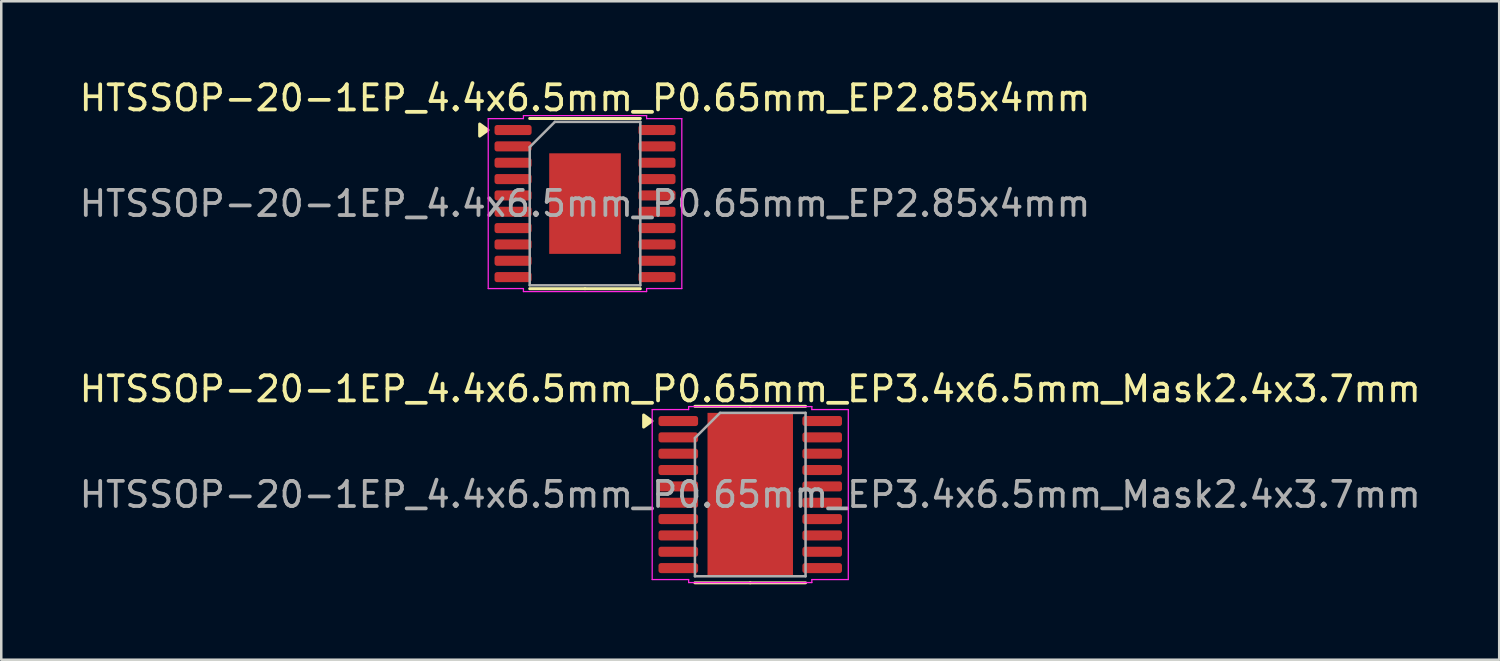
<source format=kicad_pcb>
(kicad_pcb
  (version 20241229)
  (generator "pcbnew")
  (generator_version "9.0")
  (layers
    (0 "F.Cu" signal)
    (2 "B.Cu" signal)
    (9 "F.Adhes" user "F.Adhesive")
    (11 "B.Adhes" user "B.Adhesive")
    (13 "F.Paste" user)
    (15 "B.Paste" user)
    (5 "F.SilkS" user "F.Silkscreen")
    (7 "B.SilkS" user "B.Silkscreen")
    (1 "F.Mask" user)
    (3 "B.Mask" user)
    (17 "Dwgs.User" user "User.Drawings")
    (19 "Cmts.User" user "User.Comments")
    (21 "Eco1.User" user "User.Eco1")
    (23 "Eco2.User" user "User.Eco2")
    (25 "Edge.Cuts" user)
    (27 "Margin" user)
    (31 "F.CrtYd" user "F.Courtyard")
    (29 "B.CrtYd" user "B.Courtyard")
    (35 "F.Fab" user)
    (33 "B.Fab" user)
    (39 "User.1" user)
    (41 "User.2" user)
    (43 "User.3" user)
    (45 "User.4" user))
  (footprint "HTSSOP-20-1EP_4.4x6.5mm_P0.65mm_EP2.85x4mm"
    (layer "F.Cu")
    (at 20.22 5.048)
    (property "Reference" "HTSSOP-20-1EP_4.4x6.5mm_P0.65mm_EP2.85x4mm" (at 0 -4.2 0) (layer "F.SilkS") (effects (font (size 1 1) (thickness 0.15))))
    (attr smd)
    (fp_line (start 0 -3.385) (end -2.2 -3.385) (stroke (width 0.12) (type solid)) (layer "F.SilkS"))
    (fp_line (start 0 -3.385) (end 2.2 -3.385) (stroke (width 0.12) (type solid)) (layer "F.SilkS"))
    (fp_line (start 0 3.385) (end -2.2 3.385) (stroke (width 0.12) (type solid)) (layer "F.SilkS"))
    (fp_line (start 0 3.385) (end 2.2 3.385) (stroke (width 0.12) (type solid)) (layer "F.SilkS"))
    (fp_poly (pts (xy -3.86 -2.925) (xy -4.19 -2.685) (xy -4.19 -3.165)) (stroke (width 0.12) (type solid)) (fill yes) (layer "F.SilkS"))
    (fp_line (start -3.85 -3.38) (end -2.45 -3.38) (stroke (width 0.05) (type solid)) (layer "F.CrtYd"))
    (fp_line (start -3.85 3.38) (end -3.85 -3.38) (stroke (width 0.05) (type solid)) (layer "F.CrtYd"))
    (fp_line (start -2.45 -3.5) (end 2.45 -3.5) (stroke (width 0.05) (type solid)) (layer "F.CrtYd"))
    (fp_line (start -2.45 -3.38) (end -2.45 -3.5) (stroke (width 0.05) (type solid)) (layer "F.CrtYd"))
    (fp_line (start -2.45 3.38) (end -3.85 3.38) (stroke (width 0.05) (type solid)) (layer "F.CrtYd"))
    (fp_line (start -2.45 3.5) (end -2.45 3.38) (stroke (width 0.05) (type solid)) (layer "F.CrtYd"))
    (fp_line (start 2.45 -3.5) (end 2.45 -3.38) (stroke (width 0.05) (type solid)) (layer "F.CrtYd"))
    (fp_line (start 2.45 -3.38) (end 3.85 -3.38) (stroke (width 0.05) (type solid)) (layer "F.CrtYd"))
    (fp_line (start 2.45 3.38) (end 2.45 3.5) (stroke (width 0.05) (type solid)) (layer "F.CrtYd"))
    (fp_line (start 2.45 3.5) (end -2.45 3.5) (stroke (width 0.05) (type solid)) (layer "F.CrtYd"))
    (fp_line (start 3.85 -3.38) (end 3.85 3.38) (stroke (width 0.05) (type solid)) (layer "F.CrtYd"))
    (fp_line (start 3.85 3.38) (end 2.45 3.38) (stroke (width 0.05) (type solid)) (layer "F.CrtYd"))
    (fp_line (start -2.2 -2.25) (end -1.2 -3.25) (stroke (width 0.1) (type solid)) (layer "F.Fab"))
    (fp_line (start -2.2 3.25) (end -2.2 -2.25) (stroke (width 0.1) (type solid)) (layer "F.Fab"))
    (fp_line (start -1.2 -3.25) (end 2.2 -3.25) (stroke (width 0.1) (type solid)) (layer "F.Fab"))
    (fp_line (start 2.2 -3.25) (end 2.2 3.25) (stroke (width 0.1) (type solid)) (layer "F.Fab"))
    (fp_line (start 2.2 3.25) (end -2.2 3.25) (stroke (width 0.1) (type solid)) (layer "F.Fab"))
    (fp_text user "${REFERENCE}" (at 0 0 0) (layer "F.Fab") (effects (font (size 1 1) (thickness 0.15))))
    (pad "" smd roundrect (at 0 -1) (size 2.3 1.61) (layers "F.Paste") (roundrect_rratio 0.155))
    (pad "" smd roundrect (at 0 1) (size 2.3 1.61) (layers "F.Paste") (roundrect_rratio 0.155))
    (pad "1" smd roundrect (at -2.862 -2.925) (size 1.475 0.4) (layers "F.Cu" "F.Mask" "F.Paste") (roundrect_rratio 0.25))
    (pad "2" smd roundrect (at -2.862 -2.275) (size 1.475 0.4) (layers "F.Cu" "F.Mask" "F.Paste") (roundrect_rratio 0.25))
    (pad "3" smd roundrect (at -2.862 -1.625) (size 1.475 0.4) (layers "F.Cu" "F.Mask" "F.Paste") (roundrect_rratio 0.25))
    (pad "4" smd roundrect (at -2.862 -0.975) (size 1.475 0.4) (layers "F.Cu" "F.Mask" "F.Paste") (roundrect_rratio 0.25))
    (pad "5" smd roundrect (at -2.862 -0.325) (size 1.475 0.4) (layers "F.Cu" "F.Mask" "F.Paste") (roundrect_rratio 0.25))
    (pad "6" smd roundrect (at -2.862 0.325) (size 1.475 0.4) (layers "F.Cu" "F.Mask" "F.Paste") (roundrect_rratio 0.25))
    (pad "7" smd roundrect (at -2.862 0.975) (size 1.475 0.4) (layers "F.Cu" "F.Mask" "F.Paste") (roundrect_rratio 0.25))
    (pad "8" smd roundrect (at -2.862 1.625) (size 1.475 0.4) (layers "F.Cu" "F.Mask" "F.Paste") (roundrect_rratio 0.25))
    (pad "9" smd roundrect (at -2.862 2.275) (size 1.475 0.4) (layers "F.Cu" "F.Mask" "F.Paste") (roundrect_rratio 0.25))
    (pad "10" smd roundrect (at -2.862 2.925) (size 1.475 0.4) (layers "F.Cu" "F.Mask" "F.Paste") (roundrect_rratio 0.25))
    (pad "11" smd roundrect (at 2.862 2.925) (size 1.475 0.4) (layers "F.Cu" "F.Mask" "F.Paste") (roundrect_rratio 0.25))
    (pad "12" smd roundrect (at 2.862 2.275) (size 1.475 0.4) (layers "F.Cu" "F.Mask" "F.Paste") (roundrect_rratio 0.25))
    (pad "13" smd roundrect (at 2.862 1.625) (size 1.475 0.4) (layers "F.Cu" "F.Mask" "F.Paste") (roundrect_rratio 0.25))
    (pad "14" smd roundrect (at 2.862 0.975) (size 1.475 0.4) (layers "F.Cu" "F.Mask" "F.Paste") (roundrect_rratio 0.25))
    (pad "15" smd roundrect (at 2.862 0.325) (size 1.475 0.4) (layers "F.Cu" "F.Mask" "F.Paste") (roundrect_rratio 0.25))
    (pad "16" smd roundrect (at 2.862 -0.325) (size 1.475 0.4) (layers "F.Cu" "F.Mask" "F.Paste") (roundrect_rratio 0.25))
    (pad "17" smd roundrect (at 2.862 -0.975) (size 1.475 0.4) (layers "F.Cu" "F.Mask" "F.Paste") (roundrect_rratio 0.25))
    (pad "18" smd roundrect (at 2.862 -1.625) (size 1.475 0.4) (layers "F.Cu" "F.Mask" "F.Paste") (roundrect_rratio 0.25))
    (pad "19" smd roundrect (at 2.862 -2.275) (size 1.475 0.4) (layers "F.Cu" "F.Mask" "F.Paste") (roundrect_rratio 0.25))
    (pad "20" smd roundrect (at 2.862 -2.925) (size 1.475 0.4) (layers "F.Cu" "F.Mask" "F.Paste") (roundrect_rratio 0.25))
    (pad "21" smd rect (at 0 0) (size 2.85 4) (property pad_prop_heatsink) (layers "F.Cu" "F.Mask")))
  (footprint "HTSSOP-20-1EP_4.4x6.5mm_P0.65mm_EP3.4x6.5mm_Mask2.4x3.7mm"
    (layer "F.Cu")
    (at 26.792 16.622)
    (property "Reference" "HTSSOP-20-1EP_4.4x6.5mm_P0.65mm_EP3.4x6.5mm_Mask2.4x3.7mm" (at 0 -4.2 0) (layer "F.SilkS") (effects (font (size 1 1) (thickness 0.15))))
    (attr smd)
    (fp_line (start 0 -3.51) (end -2.2 -3.51) (stroke (width 0.12) (type solid)) (layer "F.SilkS"))
    (fp_line (start 0 -3.51) (end 2.2 -3.51) (stroke (width 0.12) (type solid)) (layer "F.SilkS"))
    (fp_line (start 0 3.51) (end -2.2 3.51) (stroke (width 0.12) (type solid)) (layer "F.SilkS"))
    (fp_line (start 0 3.51) (end 2.2 3.51) (stroke (width 0.12) (type solid)) (layer "F.SilkS"))
    (fp_poly (pts (xy -3.91 -2.925) (xy -4.24 -2.685) (xy -4.24 -3.165)) (stroke (width 0.12) (type solid)) (fill yes) (layer "F.SilkS"))
    (fp_line (start -3.9 -3.38) (end -2.45 -3.38) (stroke (width 0.05) (type solid)) (layer "F.CrtYd"))
    (fp_line (start -3.9 3.38) (end -3.9 -3.38) (stroke (width 0.05) (type solid)) (layer "F.CrtYd"))
    (fp_line (start -2.45 -3.5) (end 2.45 -3.5) (stroke (width 0.05) (type solid)) (layer "F.CrtYd"))
    (fp_line (start -2.45 -3.38) (end -2.45 -3.5) (stroke (width 0.05) (type solid)) (layer "F.CrtYd"))
    (fp_line (start -2.45 3.38) (end -3.9 3.38) (stroke (width 0.05) (type solid)) (layer "F.CrtYd"))
    (fp_line (start -2.45 3.5) (end -2.45 3.38) (stroke (width 0.05) (type solid)) (layer "F.CrtYd"))
    (fp_line (start 2.45 -3.5) (end 2.45 -3.38) (stroke (width 0.05) (type solid)) (layer "F.CrtYd"))
    (fp_line (start 2.45 -3.38) (end 3.9 -3.38) (stroke (width 0.05) (type solid)) (layer "F.CrtYd"))
    (fp_line (start 2.45 3.38) (end 2.45 3.5) (stroke (width 0.05) (type solid)) (layer "F.CrtYd"))
    (fp_line (start 2.45 3.5) (end -2.45 3.5) (stroke (width 0.05) (type solid)) (layer "F.CrtYd"))
    (fp_line (start 3.9 -3.38) (end 3.9 3.38) (stroke (width 0.05) (type solid)) (layer "F.CrtYd"))
    (fp_line (start 3.9 3.38) (end 2.45 3.38) (stroke (width 0.05) (type solid)) (layer "F.CrtYd"))
    (fp_line (start -2.2 -2.25) (end -1.2 -3.25) (stroke (width 0.1) (type solid)) (layer "F.Fab"))
    (fp_line (start -2.2 3.25) (end -2.2 -2.25) (stroke (width 0.1) (type solid)) (layer "F.Fab"))
    (fp_line (start -1.2 -3.25) (end 2.2 -3.25) (stroke (width 0.1) (type solid)) (layer "F.Fab"))
    (fp_line (start 2.2 -3.25) (end 2.2 3.25) (stroke (width 0.1) (type solid)) (layer "F.Fab"))
    (fp_line (start 2.2 3.25) (end -2.2 3.25) (stroke (width 0.1) (type solid)) (layer "F.Fab"))
    (fp_text user "${REFERENCE}" (at 0 0 0) (layer "F.Fab") (effects (font (size 1 1) (thickness 0.15))))
    (pad "" smd roundrect (at 0 -0.925) (size 1.93 1.49) (layers "F.Paste") (roundrect_rratio 0.168))
    (pad "" smd rect (at 0 0) (size 2.4 3.7) (layers "F.Mask"))
    (pad "" smd roundrect (at 0 0.925) (size 1.93 1.49) (layers "F.Paste") (roundrect_rratio 0.168))
    (pad "1" smd roundrect (at -2.862 -2.925) (size 1.575 0.4) (layers "F.Cu" "F.Mask" "F.Paste") (roundrect_rratio 0.25))
    (pad "2" smd roundrect (at -2.862 -2.275) (size 1.575 0.4) (layers "F.Cu" "F.Mask" "F.Paste") (roundrect_rratio 0.25))
    (pad "3" smd roundrect (at -2.862 -1.625) (size 1.575 0.4) (layers "F.Cu" "F.Mask" "F.Paste") (roundrect_rratio 0.25))
    (pad "4" smd roundrect (at -2.862 -0.975) (size 1.575 0.4) (layers "F.Cu" "F.Mask" "F.Paste") (roundrect_rratio 0.25))
    (pad "5" smd roundrect (at -2.862 -0.325) (size 1.575 0.4) (layers "F.Cu" "F.Mask" "F.Paste") (roundrect_rratio 0.25))
    (pad "6" smd roundrect (at -2.862 0.325) (size 1.575 0.4) (layers "F.Cu" "F.Mask" "F.Paste") (roundrect_rratio 0.25))
    (pad "7" smd roundrect (at -2.862 0.975) (size 1.575 0.4) (layers "F.Cu" "F.Mask" "F.Paste") (roundrect_rratio 0.25))
    (pad "8" smd roundrect (at -2.862 1.625) (size 1.575 0.4) (layers "F.Cu" "F.Mask" "F.Paste") (roundrect_rratio 0.25))
    (pad "9" smd roundrect (at -2.862 2.275) (size 1.575 0.4) (layers "F.Cu" "F.Mask" "F.Paste") (roundrect_rratio 0.25))
    (pad "10" smd roundrect (at -2.862 2.925) (size 1.575 0.4) (layers "F.Cu" "F.Mask" "F.Paste") (roundrect_rratio 0.25))
    (pad "11" smd roundrect (at 2.862 2.925) (size 1.575 0.4) (layers "F.Cu" "F.Mask" "F.Paste") (roundrect_rratio 0.25))
    (pad "12" smd roundrect (at 2.862 2.275) (size 1.575 0.4) (layers "F.Cu" "F.Mask" "F.Paste") (roundrect_rratio 0.25))
    (pad "13" smd roundrect (at 2.862 1.625) (size 1.575 0.4) (layers "F.Cu" "F.Mask" "F.Paste") (roundrect_rratio 0.25))
    (pad "14" smd roundrect (at 2.862 0.975) (size 1.575 0.4) (layers "F.Cu" "F.Mask" "F.Paste") (roundrect_rratio 0.25))
    (pad "15" smd roundrect (at 2.862 0.325) (size 1.575 0.4) (layers "F.Cu" "F.Mask" "F.Paste") (roundrect_rratio 0.25))
    (pad "16" smd roundrect (at 2.862 -0.325) (size 1.575 0.4) (layers "F.Cu" "F.Mask" "F.Paste") (roundrect_rratio 0.25))
    (pad "17" smd roundrect (at 2.862 -0.975) (size 1.575 0.4) (layers "F.Cu" "F.Mask" "F.Paste") (roundrect_rratio 0.25))
    (pad "18" smd roundrect (at 2.862 -1.625) (size 1.575 0.4) (layers "F.Cu" "F.Mask" "F.Paste") (roundrect_rratio 0.25))
    (pad "19" smd roundrect (at 2.862 -2.275) (size 1.575 0.4) (layers "F.Cu" "F.Mask" "F.Paste") (roundrect_rratio 0.25))
    (pad "20" smd roundrect (at 2.862 -2.925) (size 1.575 0.4) (layers "F.Cu" "F.Mask" "F.Paste") (roundrect_rratio 0.25))
    (pad "21" smd rect (at 0 0) (size 3.4 6.5) (property pad_prop_heatsink) (layers "F.Cu")))
  (gr_rect
    (start -3 -3)
    (end 56.583 23.192)
    (stroke (width 0.1) (type default))
    (fill no)
    (layer "Edge.Cuts")))
</source>
